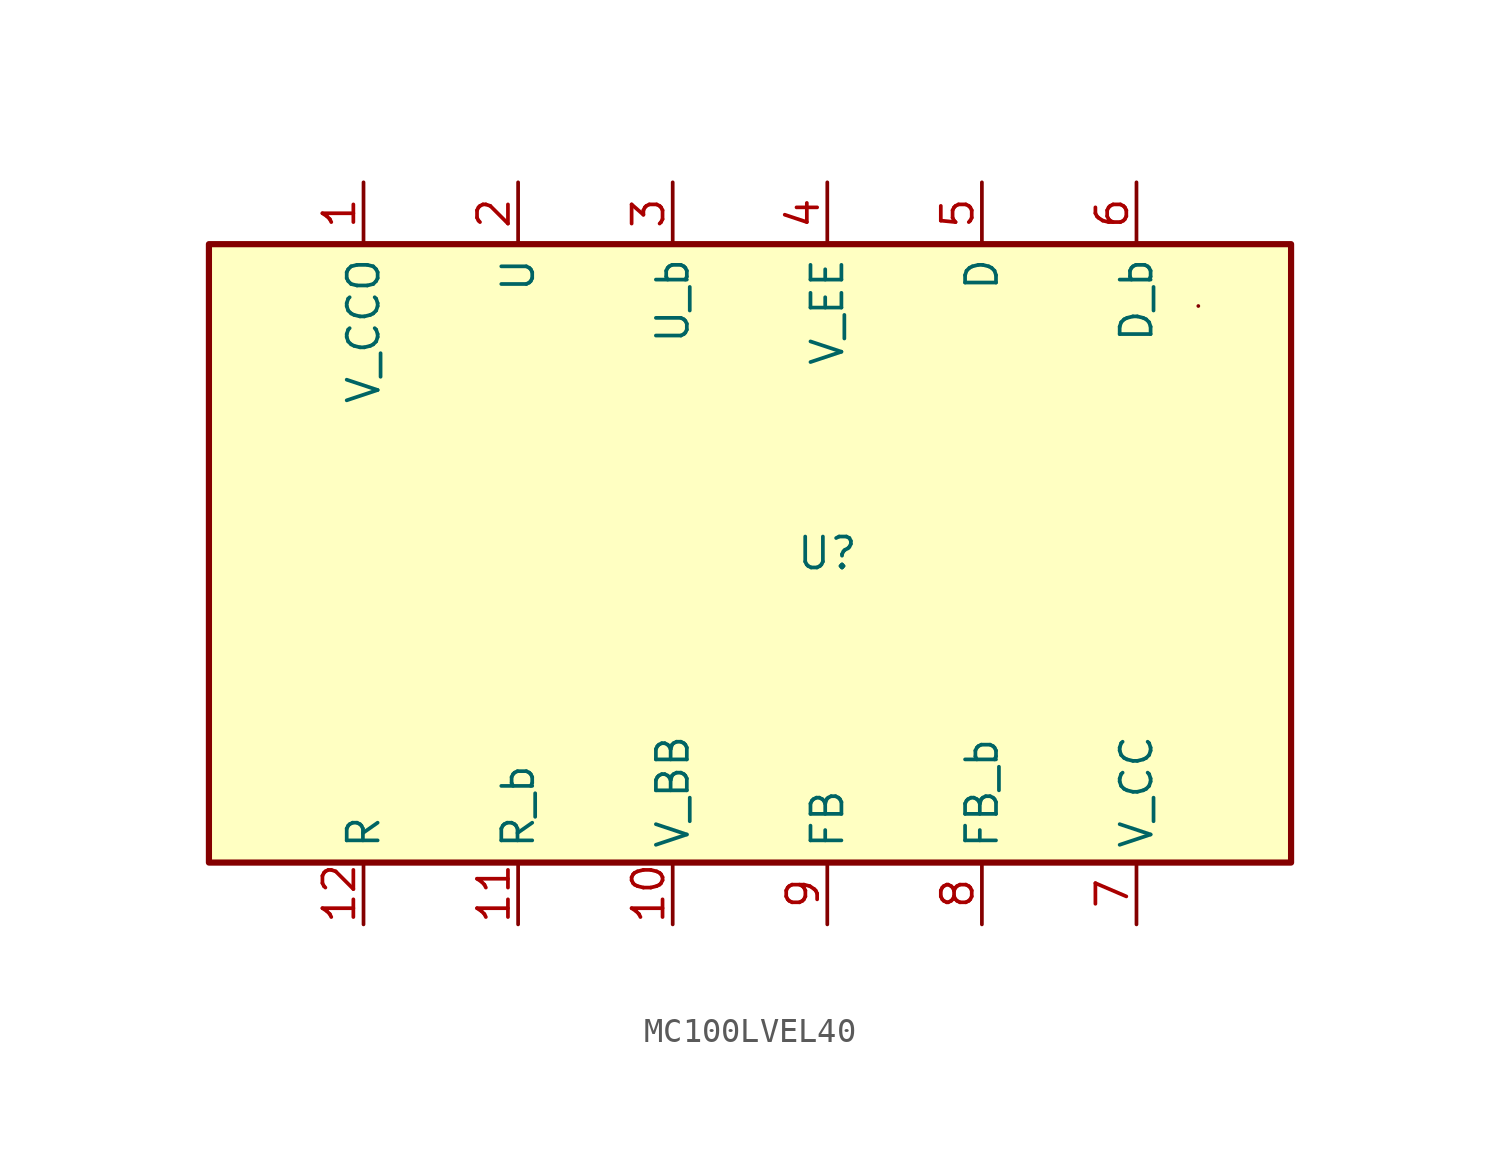
<source format=kicad_sym>
(kicad_symbol_lib
  (version 20231120)
  (generator "kicad_symbol_editor")
  (generator_version "8.0")
  (symbol "MC100LVEL40"
    (property "Reference" "U"
      (at 2.54 0 0)
      (effects (font (size 1.27 1.27))))
    (property "Value" ""
      (at 2.54 0 0)
      (effects (font (size 1.27 1.27))))
    (symbol "MC100LVEL40_1_1"
      (rectangle (start -22.86 12.7) (end 21.59 -12.7) (stroke (width 0.254) (type default)) (fill (type background)))
      (rectangle (start 17.78 10.16) (end 17.78 10.16) (stroke (width 0) (type default)) (fill (type none)))
      (pin input line (at -16.51 15.24 270) (length 2.54) (name "V_CCO" (effects (font (size 1.27 1.27)))) (number "1" (effects (font (size 1.27 1.27)))))
      (pin output line (at -3.81 -15.24 90) (length 2.54) (name "V_BB" (effects (font (size 1.27 1.27)))) (number "10" (effects (font (size 1.27 1.27)))))
      (pin input line (at -10.16 -15.24 90) (length 2.54) (name "R_b" (effects (font (size 1.27 1.27)))) (number "11" (effects (font (size 1.27 1.27)))))
      (pin input line (at -16.51 -15.24 90) (length 2.54) (name "R" (effects (font (size 1.27 1.27)))) (number "12" (effects (font (size 1.27 1.27)))))
      (pin output line (at -10.16 15.24 270) (length 2.54) (name "U" (effects (font (size 1.27 1.27)))) (number "2" (effects (font (size 1.27 1.27)))))
      (pin output line (at -3.81 15.24 270) (length 2.54) (name "U_b" (effects (font (size 1.27 1.27)))) (number "3" (effects (font (size 1.27 1.27)))))
      (pin input line (at 2.54 15.24 270) (length 2.54) (name "V_EE" (effects (font (size 1.27 1.27)))) (number "4" (effects (font (size 1.27 1.27)))))
      (pin output line (at 8.89 15.24 270) (length 2.54) (name "D" (effects (font (size 1.27 1.27)))) (number "5" (effects (font (size 1.27 1.27)))))
      (pin output line (at 15.24 15.24 270) (length 2.54) (name "D_b" (effects (font (size 1.27 1.27)))) (number "6" (effects (font (size 1.27 1.27)))))
      (pin input line (at 15.24 -15.24 90) (length 2.54) (name "V_CC" (effects (font (size 1.27 1.27)))) (number "7" (effects (font (size 1.27 1.27)))))
      (pin input line (at 8.89 -15.24 90) (length 2.54) (name "FB_b" (effects (font (size 1.27 1.27)))) (number "8" (effects (font (size 1.27 1.27)))))
      (pin input line (at 2.54 -15.24 90) (length 2.54) (name "FB" (effects (font (size 1.27 1.27)))) (number "9" (effects (font (size 1.27 1.27))))))))
</source>
